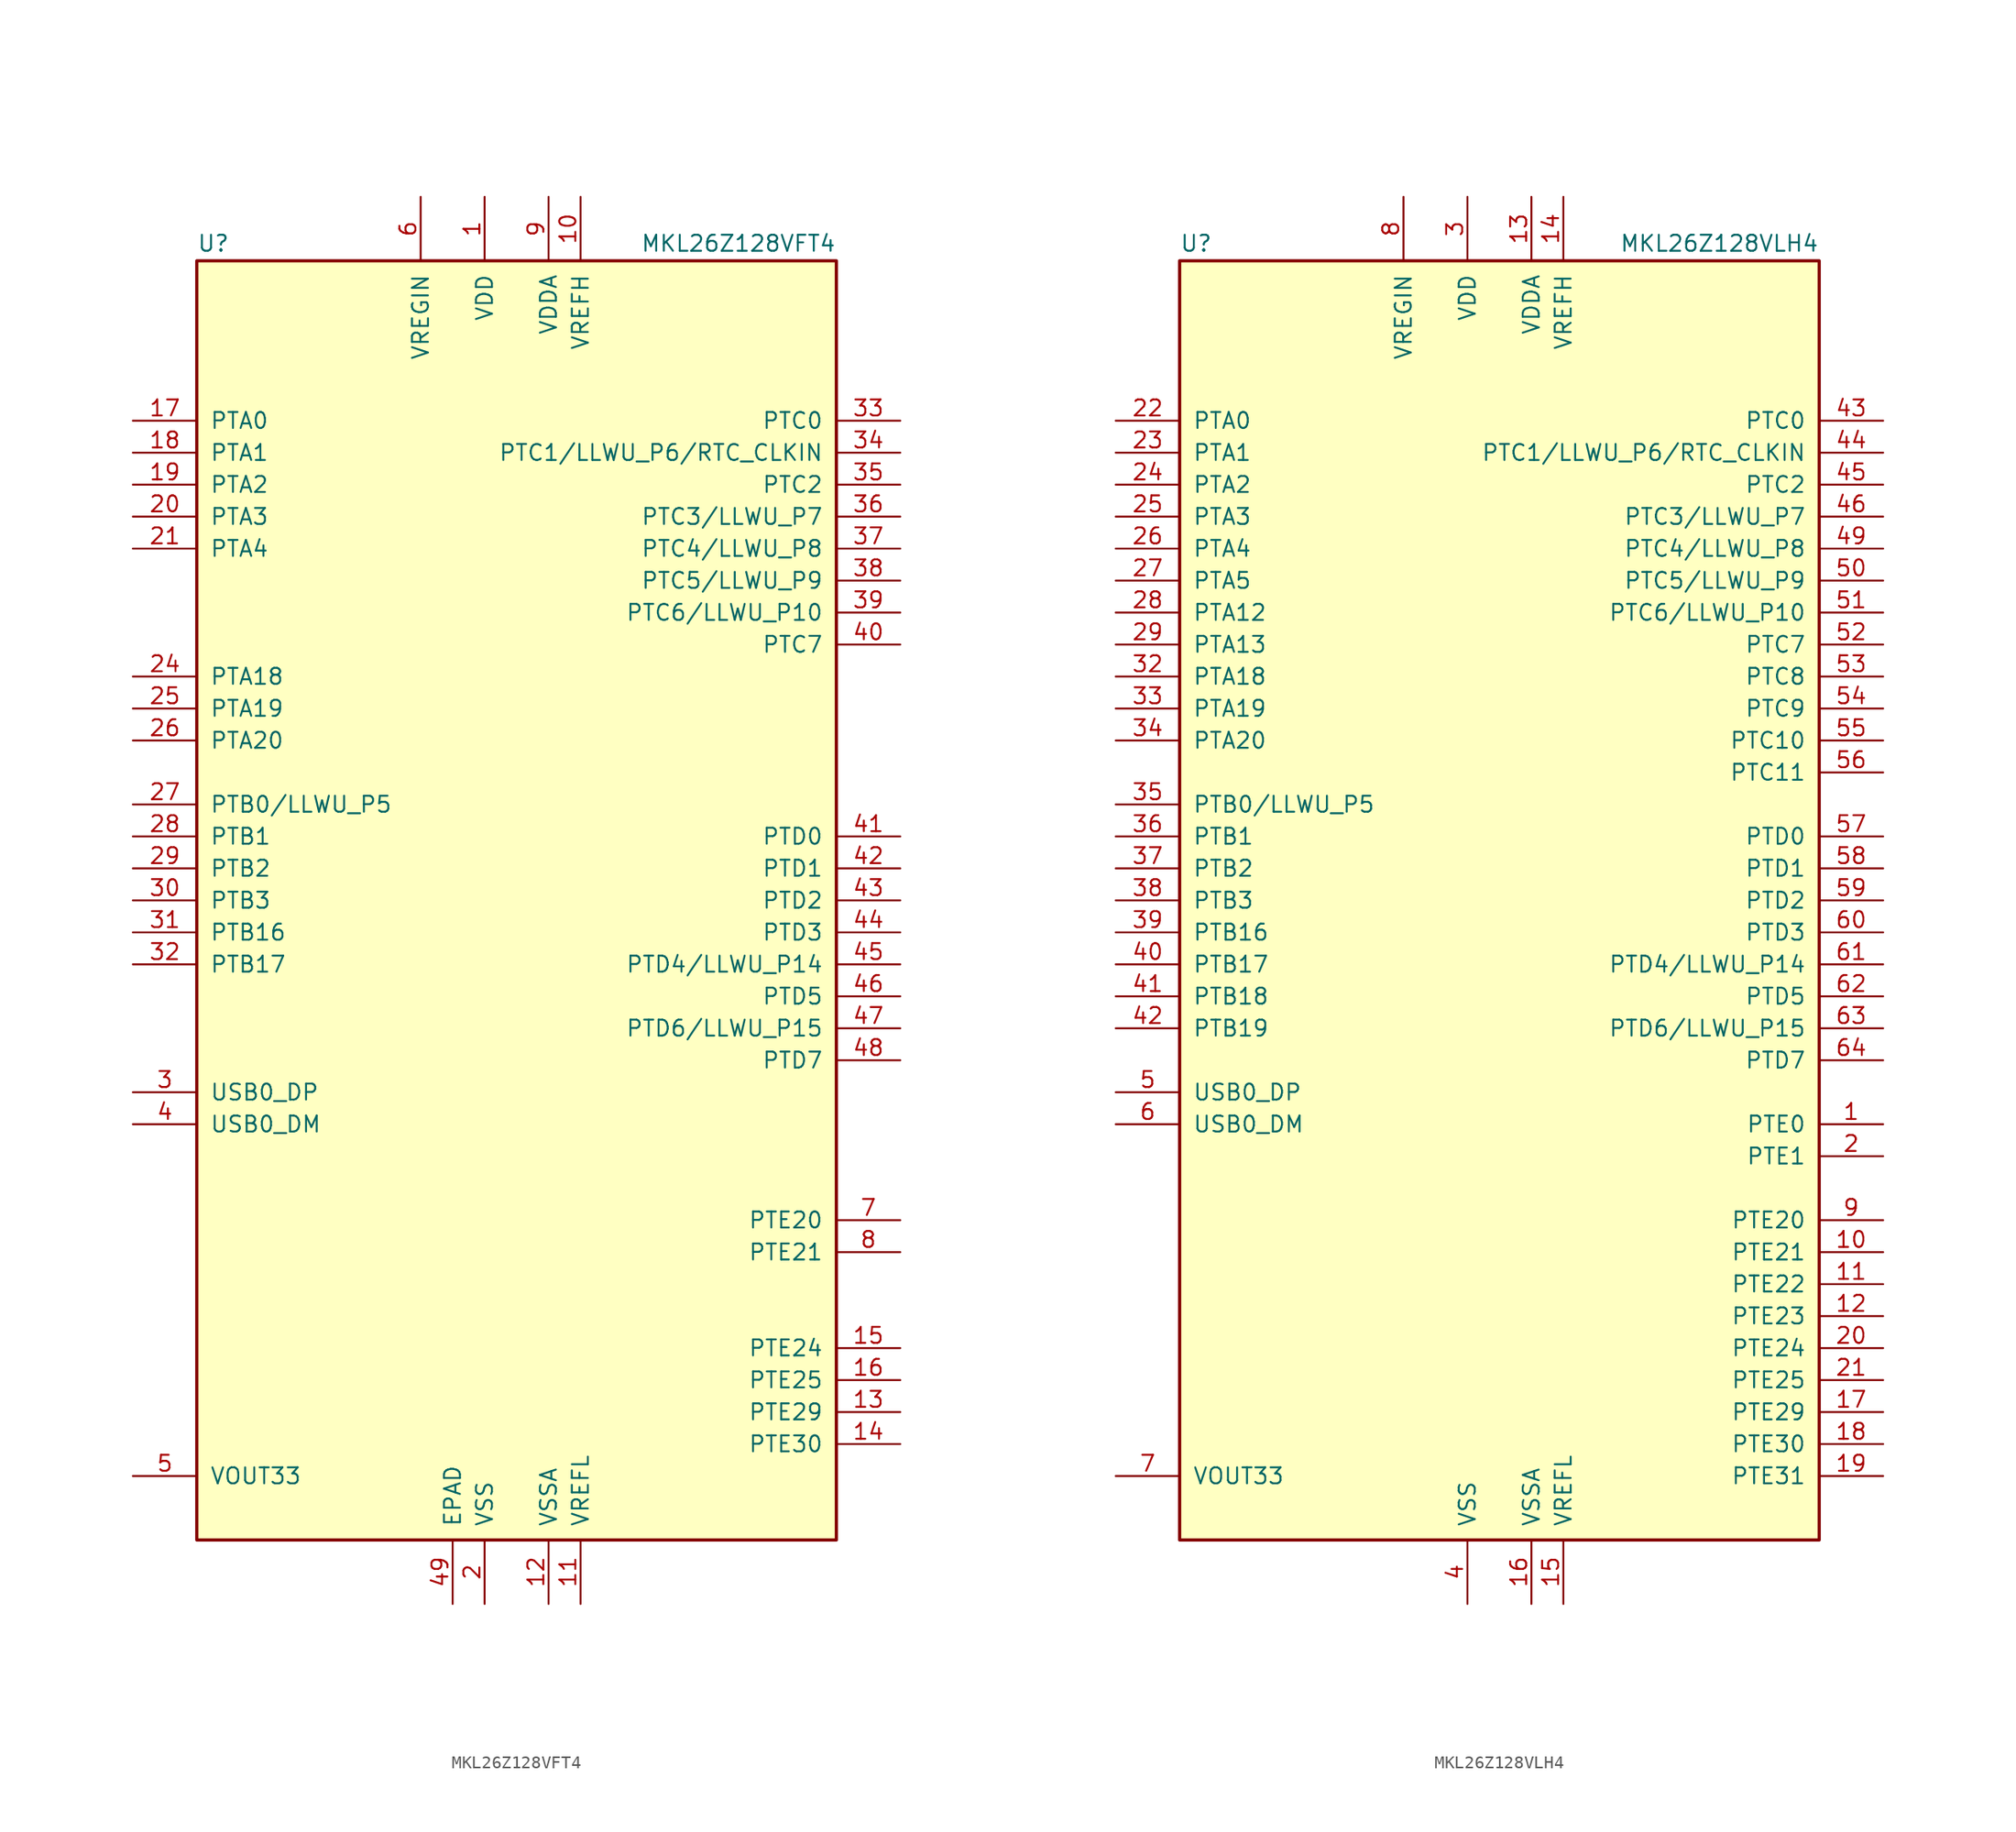
<source format=kicad_sym>
(kicad_symbol_lib
  (version 20211014)
  (generator kicad_symbol_editor)
  (symbol "MKL26Z128VFT4"
    (pin_names
      (offset 1.016))
    (property "Reference" "U"
      (at -25.4 51.435 0)
      (effects (font (size 1.27 1.27)) (justify left bottom)))
    (property "Value" "MKL26Z128VFT4"
      (at 25.4 51.435 0)
      (effects (font (size 1.27 1.27)) (justify right bottom)))
    (symbol "MKL26Z128VFT4_0_1"
      (rectangle (start -25.4 50.8) (end 25.4 -50.8) (stroke (width 0.254) (type default) (color 0 0 0 0)) (fill (type background))))
    (symbol "MKL26Z128VFT4_1_1"
      (pin power_in line (at -2.54 55.88 270) (length 5.08) (name "VDD" (effects (font (size 1.27 1.27)))) (number "1" (effects (font (size 1.27 1.27)))))
      (pin power_in line (at 5.08 55.88 270) (length 5.08) (name "VREFH" (effects (font (size 1.27 1.27)))) (number "10" (effects (font (size 1.27 1.27)))))
      (pin power_in line (at 5.08 -55.88 90) (length 5.08) (name "VREFL" (effects (font (size 1.27 1.27)))) (number "11" (effects (font (size 1.27 1.27)))))
      (pin power_in line (at 2.54 -55.88 90) (length 5.08) (name "VSSA" (effects (font (size 1.27 1.27)))) (number "12" (effects (font (size 1.27 1.27)))))
      (pin bidirectional line (at 30.48 -40.64 180) (length 5.08) (name "PTE29" (effects (font (size 1.27 1.27)))) (number "13" (effects (font (size 1.27 1.27)))))
      (pin bidirectional line (at 30.48 -43.18 180) (length 5.08) (name "PTE30" (effects (font (size 1.27 1.27)))) (number "14" (effects (font (size 1.27 1.27)))))
      (pin bidirectional line (at 30.48 -35.56 180) (length 5.08) (name "PTE24" (effects (font (size 1.27 1.27)))) (number "15" (effects (font (size 1.27 1.27)))))
      (pin bidirectional line (at 30.48 -38.1 180) (length 5.08) (name "PTE25" (effects (font (size 1.27 1.27)))) (number "16" (effects (font (size 1.27 1.27)))))
      (pin bidirectional line (at -30.48 38.1 0) (length 5.08) (name "PTA0" (effects (font (size 1.27 1.27)))) (number "17" (effects (font (size 1.27 1.27)))))
      (pin bidirectional line (at -30.48 35.56 0) (length 5.08) (name "PTA1" (effects (font (size 1.27 1.27)))) (number "18" (effects (font (size 1.27 1.27)))))
      (pin bidirectional line (at -30.48 33.02 0) (length 5.08) (name "PTA2" (effects (font (size 1.27 1.27)))) (number "19" (effects (font (size 1.27 1.27)))))
      (pin power_in line (at -2.54 -55.88 90) (length 5.08) (name "VSS" (effects (font (size 1.27 1.27)))) (number "2" (effects (font (size 1.27 1.27)))))
      (pin bidirectional line (at -30.48 30.48 0) (length 5.08) (name "PTA3" (effects (font (size 1.27 1.27)))) (number "20" (effects (font (size 1.27 1.27)))))
      (pin bidirectional line (at -30.48 27.94 0) (length 5.08) (name "PTA4" (effects (font (size 1.27 1.27)))) (number "21" (effects (font (size 1.27 1.27)))))
      (pin passive line (at -2.54 55.88 270) (length 5.08) hide (name "VDD" (effects (font (size 1.27 1.27)))) (number "22" (effects (font (size 1.27 1.27)))))
      (pin passive line (at -2.54 -55.88 90) (length 5.08) hide (name "VSS" (effects (font (size 1.27 1.27)))) (number "23" (effects (font (size 1.27 1.27)))))
      (pin bidirectional line (at -30.48 17.78 0) (length 5.08) (name "PTA18" (effects (font (size 1.27 1.27)))) (number "24" (effects (font (size 1.27 1.27)))))
      (pin bidirectional line (at -30.48 15.24 0) (length 5.08) (name "PTA19" (effects (font (size 1.27 1.27)))) (number "25" (effects (font (size 1.27 1.27)))))
      (pin bidirectional line (at -30.48 12.7 0) (length 5.08) (name "PTA20" (effects (font (size 1.27 1.27)))) (number "26" (effects (font (size 1.27 1.27)))))
      (pin bidirectional line (at -30.48 7.62 0) (length 5.08) (name "PTB0/LLWU_P5" (effects (font (size 1.27 1.27)))) (number "27" (effects (font (size 1.27 1.27)))))
      (pin bidirectional line (at -30.48 5.08 0) (length 5.08) (name "PTB1" (effects (font (size 1.27 1.27)))) (number "28" (effects (font (size 1.27 1.27)))))
      (pin bidirectional line (at -30.48 2.54 0) (length 5.08) (name "PTB2" (effects (font (size 1.27 1.27)))) (number "29" (effects (font (size 1.27 1.27)))))
      (pin bidirectional line (at -30.48 -15.24 0) (length 5.08) (name "USB0_DP" (effects (font (size 1.27 1.27)))) (number "3" (effects (font (size 1.27 1.27)))))
      (pin bidirectional line (at -30.48 0 0) (length 5.08) (name "PTB3" (effects (font (size 1.27 1.27)))) (number "30" (effects (font (size 1.27 1.27)))))
      (pin bidirectional line (at -30.48 -2.54 0) (length 5.08) (name "PTB16" (effects (font (size 1.27 1.27)))) (number "31" (effects (font (size 1.27 1.27)))))
      (pin bidirectional line (at -30.48 -5.08 0) (length 5.08) (name "PTB17" (effects (font (size 1.27 1.27)))) (number "32" (effects (font (size 1.27 1.27)))))
      (pin bidirectional line (at 30.48 38.1 180) (length 5.08) (name "PTC0" (effects (font (size 1.27 1.27)))) (number "33" (effects (font (size 1.27 1.27)))))
      (pin bidirectional line (at 30.48 35.56 180) (length 5.08) (name "PTC1/LLWU_P6/RTC_CLKIN" (effects (font (size 1.27 1.27)))) (number "34" (effects (font (size 1.27 1.27)))))
      (pin bidirectional line (at 30.48 33.02 180) (length 5.08) (name "PTC2" (effects (font (size 1.27 1.27)))) (number "35" (effects (font (size 1.27 1.27)))))
      (pin bidirectional line (at 30.48 30.48 180) (length 5.08) (name "PTC3/LLWU_P7" (effects (font (size 1.27 1.27)))) (number "36" (effects (font (size 1.27 1.27)))))
      (pin bidirectional line (at 30.48 27.94 180) (length 5.08) (name "PTC4/LLWU_P8" (effects (font (size 1.27 1.27)))) (number "37" (effects (font (size 1.27 1.27)))))
      (pin bidirectional line (at 30.48 25.4 180) (length 5.08) (name "PTC5/LLWU_P9" (effects (font (size 1.27 1.27)))) (number "38" (effects (font (size 1.27 1.27)))))
      (pin bidirectional line (at 30.48 22.86 180) (length 5.08) (name "PTC6/LLWU_P10" (effects (font (size 1.27 1.27)))) (number "39" (effects (font (size 1.27 1.27)))))
      (pin bidirectional line (at -30.48 -17.78 0) (length 5.08) (name "USB0_DM" (effects (font (size 1.27 1.27)))) (number "4" (effects (font (size 1.27 1.27)))))
      (pin bidirectional line (at 30.48 20.32 180) (length 5.08) (name "PTC7" (effects (font (size 1.27 1.27)))) (number "40" (effects (font (size 1.27 1.27)))))
      (pin bidirectional line (at 30.48 5.08 180) (length 5.08) (name "PTD0" (effects (font (size 1.27 1.27)))) (number "41" (effects (font (size 1.27 1.27)))))
      (pin bidirectional line (at 30.48 2.54 180) (length 5.08) (name "PTD1" (effects (font (size 1.27 1.27)))) (number "42" (effects (font (size 1.27 1.27)))))
      (pin bidirectional line (at 30.48 0 180) (length 5.08) (name "PTD2" (effects (font (size 1.27 1.27)))) (number "43" (effects (font (size 1.27 1.27)))))
      (pin bidirectional line (at 30.48 -2.54 180) (length 5.08) (name "PTD3" (effects (font (size 1.27 1.27)))) (number "44" (effects (font (size 1.27 1.27)))))
      (pin bidirectional line (at 30.48 -5.08 180) (length 5.08) (name "PTD4/LLWU_P14" (effects (font (size 1.27 1.27)))) (number "45" (effects (font (size 1.27 1.27)))))
      (pin bidirectional line (at 30.48 -7.62 180) (length 5.08) (name "PTD5" (effects (font (size 1.27 1.27)))) (number "46" (effects (font (size 1.27 1.27)))))
      (pin bidirectional line (at 30.48 -10.16 180) (length 5.08) (name "PTD6/LLWU_P15" (effects (font (size 1.27 1.27)))) (number "47" (effects (font (size 1.27 1.27)))))
      (pin bidirectional line (at 30.48 -12.7 180) (length 5.08) (name "PTD7" (effects (font (size 1.27 1.27)))) (number "48" (effects (font (size 1.27 1.27)))))
      (pin power_in line (at -5.08 -55.88 90) (length 5.08) (name "EPAD" (effects (font (size 1.27 1.27)))) (number "49" (effects (font (size 1.27 1.27)))))
      (pin power_out line (at -30.48 -45.72 0) (length 5.08) (name "VOUT33" (effects (font (size 1.27 1.27)))) (number "5" (effects (font (size 1.27 1.27)))))
      (pin power_in line (at -7.62 55.88 270) (length 5.08) (name "VREGIN" (effects (font (size 1.27 1.27)))) (number "6" (effects (font (size 1.27 1.27)))))
      (pin bidirectional line (at 30.48 -25.4 180) (length 5.08) (name "PTE20" (effects (font (size 1.27 1.27)))) (number "7" (effects (font (size 1.27 1.27)))))
      (pin bidirectional line (at 30.48 -27.94 180) (length 5.08) (name "PTE21" (effects (font (size 1.27 1.27)))) (number "8" (effects (font (size 1.27 1.27)))))
      (pin power_in line (at 2.54 55.88 270) (length 5.08) (name "VDDA" (effects (font (size 1.27 1.27)))) (number "9" (effects (font (size 1.27 1.27)))))))
  (symbol "MKL26Z128VLH4"
    (pin_names
      (offset 1.016))
    (property "Reference" "U"
      (at -25.4 51.435 0)
      (effects (font (size 1.27 1.27)) (justify left bottom)))
    (property "Value" "MKL26Z128VLH4"
      (at 25.4 51.435 0)
      (effects (font (size 1.27 1.27)) (justify right bottom)))
    (symbol "MKL26Z128VLH4_0_1"
      (rectangle (start -25.4 50.8) (end 25.4 -50.8) (stroke (width 0.254) (type default) (color 0 0 0 0)) (fill (type background))))
    (symbol "MKL26Z128VLH4_1_1"
      (pin bidirectional line (at 30.48 -17.78 180) (length 5.08) (name "PTE0" (effects (font (size 1.27 1.27)))) (number "1" (effects (font (size 1.27 1.27)))))
      (pin bidirectional line (at 30.48 -27.94 180) (length 5.08) (name "PTE21" (effects (font (size 1.27 1.27)))) (number "10" (effects (font (size 1.27 1.27)))))
      (pin bidirectional line (at 30.48 -30.48 180) (length 5.08) (name "PTE22" (effects (font (size 1.27 1.27)))) (number "11" (effects (font (size 1.27 1.27)))))
      (pin bidirectional line (at 30.48 -33.02 180) (length 5.08) (name "PTE23" (effects (font (size 1.27 1.27)))) (number "12" (effects (font (size 1.27 1.27)))))
      (pin power_in line (at 2.54 55.88 270) (length 5.08) (name "VDDA" (effects (font (size 1.27 1.27)))) (number "13" (effects (font (size 1.27 1.27)))))
      (pin power_in line (at 5.08 55.88 270) (length 5.08) (name "VREFH" (effects (font (size 1.27 1.27)))) (number "14" (effects (font (size 1.27 1.27)))))
      (pin power_in line (at 5.08 -55.88 90) (length 5.08) (name "VREFL" (effects (font (size 1.27 1.27)))) (number "15" (effects (font (size 1.27 1.27)))))
      (pin power_in line (at 2.54 -55.88 90) (length 5.08) (name "VSSA" (effects (font (size 1.27 1.27)))) (number "16" (effects (font (size 1.27 1.27)))))
      (pin bidirectional line (at 30.48 -40.64 180) (length 5.08) (name "PTE29" (effects (font (size 1.27 1.27)))) (number "17" (effects (font (size 1.27 1.27)))))
      (pin bidirectional line (at 30.48 -43.18 180) (length 5.08) (name "PTE30" (effects (font (size 1.27 1.27)))) (number "18" (effects (font (size 1.27 1.27)))))
      (pin bidirectional line (at 30.48 -45.72 180) (length 5.08) (name "PTE31" (effects (font (size 1.27 1.27)))) (number "19" (effects (font (size 1.27 1.27)))))
      (pin bidirectional line (at 30.48 -20.32 180) (length 5.08) (name "PTE1" (effects (font (size 1.27 1.27)))) (number "2" (effects (font (size 1.27 1.27)))))
      (pin bidirectional line (at 30.48 -35.56 180) (length 5.08) (name "PTE24" (effects (font (size 1.27 1.27)))) (number "20" (effects (font (size 1.27 1.27)))))
      (pin bidirectional line (at 30.48 -38.1 180) (length 5.08) (name "PTE25" (effects (font (size 1.27 1.27)))) (number "21" (effects (font (size 1.27 1.27)))))
      (pin bidirectional line (at -30.48 38.1 0) (length 5.08) (name "PTA0" (effects (font (size 1.27 1.27)))) (number "22" (effects (font (size 1.27 1.27)))))
      (pin bidirectional line (at -30.48 35.56 0) (length 5.08) (name "PTA1" (effects (font (size 1.27 1.27)))) (number "23" (effects (font (size 1.27 1.27)))))
      (pin bidirectional line (at -30.48 33.02 0) (length 5.08) (name "PTA2" (effects (font (size 1.27 1.27)))) (number "24" (effects (font (size 1.27 1.27)))))
      (pin bidirectional line (at -30.48 30.48 0) (length 5.08) (name "PTA3" (effects (font (size 1.27 1.27)))) (number "25" (effects (font (size 1.27 1.27)))))
      (pin bidirectional line (at -30.48 27.94 0) (length 5.08) (name "PTA4" (effects (font (size 1.27 1.27)))) (number "26" (effects (font (size 1.27 1.27)))))
      (pin bidirectional line (at -30.48 25.4 0) (length 5.08) (name "PTA5" (effects (font (size 1.27 1.27)))) (number "27" (effects (font (size 1.27 1.27)))))
      (pin bidirectional line (at -30.48 22.86 0) (length 5.08) (name "PTA12" (effects (font (size 1.27 1.27)))) (number "28" (effects (font (size 1.27 1.27)))))
      (pin bidirectional line (at -30.48 20.32 0) (length 5.08) (name "PTA13" (effects (font (size 1.27 1.27)))) (number "29" (effects (font (size 1.27 1.27)))))
      (pin power_in line (at -2.54 55.88 270) (length 5.08) (name "VDD" (effects (font (size 1.27 1.27)))) (number "3" (effects (font (size 1.27 1.27)))))
      (pin passive line (at -2.54 55.88 270) (length 5.08) hide (name "VDD" (effects (font (size 1.27 1.27)))) (number "30" (effects (font (size 1.27 1.27)))))
      (pin passive line (at -2.54 -55.88 90) (length 5.08) hide (name "VSS" (effects (font (size 1.27 1.27)))) (number "31" (effects (font (size 1.27 1.27)))))
      (pin bidirectional line (at -30.48 17.78 0) (length 5.08) (name "PTA18" (effects (font (size 1.27 1.27)))) (number "32" (effects (font (size 1.27 1.27)))))
      (pin bidirectional line (at -30.48 15.24 0) (length 5.08) (name "PTA19" (effects (font (size 1.27 1.27)))) (number "33" (effects (font (size 1.27 1.27)))))
      (pin bidirectional line (at -30.48 12.7 0) (length 5.08) (name "PTA20" (effects (font (size 1.27 1.27)))) (number "34" (effects (font (size 1.27 1.27)))))
      (pin bidirectional line (at -30.48 7.62 0) (length 5.08) (name "PTB0/LLWU_P5" (effects (font (size 1.27 1.27)))) (number "35" (effects (font (size 1.27 1.27)))))
      (pin bidirectional line (at -30.48 5.08 0) (length 5.08) (name "PTB1" (effects (font (size 1.27 1.27)))) (number "36" (effects (font (size 1.27 1.27)))))
      (pin bidirectional line (at -30.48 2.54 0) (length 5.08) (name "PTB2" (effects (font (size 1.27 1.27)))) (number "37" (effects (font (size 1.27 1.27)))))
      (pin bidirectional line (at -30.48 0 0) (length 5.08) (name "PTB3" (effects (font (size 1.27 1.27)))) (number "38" (effects (font (size 1.27 1.27)))))
      (pin bidirectional line (at -30.48 -2.54 0) (length 5.08) (name "PTB16" (effects (font (size 1.27 1.27)))) (number "39" (effects (font (size 1.27 1.27)))))
      (pin power_in line (at -2.54 -55.88 90) (length 5.08) (name "VSS" (effects (font (size 1.27 1.27)))) (number "4" (effects (font (size 1.27 1.27)))))
      (pin bidirectional line (at -30.48 -5.08 0) (length 5.08) (name "PTB17" (effects (font (size 1.27 1.27)))) (number "40" (effects (font (size 1.27 1.27)))))
      (pin bidirectional line (at -30.48 -7.62 0) (length 5.08) (name "PTB18" (effects (font (size 1.27 1.27)))) (number "41" (effects (font (size 1.27 1.27)))))
      (pin bidirectional line (at -30.48 -10.16 0) (length 5.08) (name "PTB19" (effects (font (size 1.27 1.27)))) (number "42" (effects (font (size 1.27 1.27)))))
      (pin bidirectional line (at 30.48 38.1 180) (length 5.08) (name "PTC0" (effects (font (size 1.27 1.27)))) (number "43" (effects (font (size 1.27 1.27)))))
      (pin bidirectional line (at 30.48 35.56 180) (length 5.08) (name "PTC1/LLWU_P6/RTC_CLKIN" (effects (font (size 1.27 1.27)))) (number "44" (effects (font (size 1.27 1.27)))))
      (pin bidirectional line (at 30.48 33.02 180) (length 5.08) (name "PTC2" (effects (font (size 1.27 1.27)))) (number "45" (effects (font (size 1.27 1.27)))))
      (pin bidirectional line (at 30.48 30.48 180) (length 5.08) (name "PTC3/LLWU_P7" (effects (font (size 1.27 1.27)))) (number "46" (effects (font (size 1.27 1.27)))))
      (pin passive line (at -2.54 -55.88 90) (length 5.08) hide (name "VSS" (effects (font (size 1.27 1.27)))) (number "47" (effects (font (size 1.27 1.27)))))
      (pin passive line (at -2.54 55.88 270) (length 5.08) hide (name "VDD" (effects (font (size 1.27 1.27)))) (number "48" (effects (font (size 1.27 1.27)))))
      (pin bidirectional line (at 30.48 27.94 180) (length 5.08) (name "PTC4/LLWU_P8" (effects (font (size 1.27 1.27)))) (number "49" (effects (font (size 1.27 1.27)))))
      (pin bidirectional line (at -30.48 -15.24 0) (length 5.08) (name "USB0_DP" (effects (font (size 1.27 1.27)))) (number "5" (effects (font (size 1.27 1.27)))))
      (pin bidirectional line (at 30.48 25.4 180) (length 5.08) (name "PTC5/LLWU_P9" (effects (font (size 1.27 1.27)))) (number "50" (effects (font (size 1.27 1.27)))))
      (pin bidirectional line (at 30.48 22.86 180) (length 5.08) (name "PTC6/LLWU_P10" (effects (font (size 1.27 1.27)))) (number "51" (effects (font (size 1.27 1.27)))))
      (pin bidirectional line (at 30.48 20.32 180) (length 5.08) (name "PTC7" (effects (font (size 1.27 1.27)))) (number "52" (effects (font (size 1.27 1.27)))))
      (pin bidirectional line (at 30.48 17.78 180) (length 5.08) (name "PTC8" (effects (font (size 1.27 1.27)))) (number "53" (effects (font (size 1.27 1.27)))))
      (pin bidirectional line (at 30.48 15.24 180) (length 5.08) (name "PTC9" (effects (font (size 1.27 1.27)))) (number "54" (effects (font (size 1.27 1.27)))))
      (pin bidirectional line (at 30.48 12.7 180) (length 5.08) (name "PTC10" (effects (font (size 1.27 1.27)))) (number "55" (effects (font (size 1.27 1.27)))))
      (pin bidirectional line (at 30.48 10.16 180) (length 5.08) (name "PTC11" (effects (font (size 1.27 1.27)))) (number "56" (effects (font (size 1.27 1.27)))))
      (pin bidirectional line (at 30.48 5.08 180) (length 5.08) (name "PTD0" (effects (font (size 1.27 1.27)))) (number "57" (effects (font (size 1.27 1.27)))))
      (pin bidirectional line (at 30.48 2.54 180) (length 5.08) (name "PTD1" (effects (font (size 1.27 1.27)))) (number "58" (effects (font (size 1.27 1.27)))))
      (pin bidirectional line (at 30.48 0 180) (length 5.08) (name "PTD2" (effects (font (size 1.27 1.27)))) (number "59" (effects (font (size 1.27 1.27)))))
      (pin bidirectional line (at -30.48 -17.78 0) (length 5.08) (name "USB0_DM" (effects (font (size 1.27 1.27)))) (number "6" (effects (font (size 1.27 1.27)))))
      (pin bidirectional line (at 30.48 -2.54 180) (length 5.08) (name "PTD3" (effects (font (size 1.27 1.27)))) (number "60" (effects (font (size 1.27 1.27)))))
      (pin bidirectional line (at 30.48 -5.08 180) (length 5.08) (name "PTD4/LLWU_P14" (effects (font (size 1.27 1.27)))) (number "61" (effects (font (size 1.27 1.27)))))
      (pin bidirectional line (at 30.48 -7.62 180) (length 5.08) (name "PTD5" (effects (font (size 1.27 1.27)))) (number "62" (effects (font (size 1.27 1.27)))))
      (pin bidirectional line (at 30.48 -10.16 180) (length 5.08) (name "PTD6/LLWU_P15" (effects (font (size 1.27 1.27)))) (number "63" (effects (font (size 1.27 1.27)))))
      (pin bidirectional line (at 30.48 -12.7 180) (length 5.08) (name "PTD7" (effects (font (size 1.27 1.27)))) (number "64" (effects (font (size 1.27 1.27)))))
      (pin power_out line (at -30.48 -45.72 0) (length 5.08) (name "VOUT33" (effects (font (size 1.27 1.27)))) (number "7" (effects (font (size 1.27 1.27)))))
      (pin power_in line (at -7.62 55.88 270) (length 5.08) (name "VREGIN" (effects (font (size 1.27 1.27)))) (number "8" (effects (font (size 1.27 1.27)))))
      (pin bidirectional line (at 30.48 -25.4 180) (length 5.08) (name "PTE20" (effects (font (size 1.27 1.27)))) (number "9" (effects (font (size 1.27 1.27))))))))
</source>
